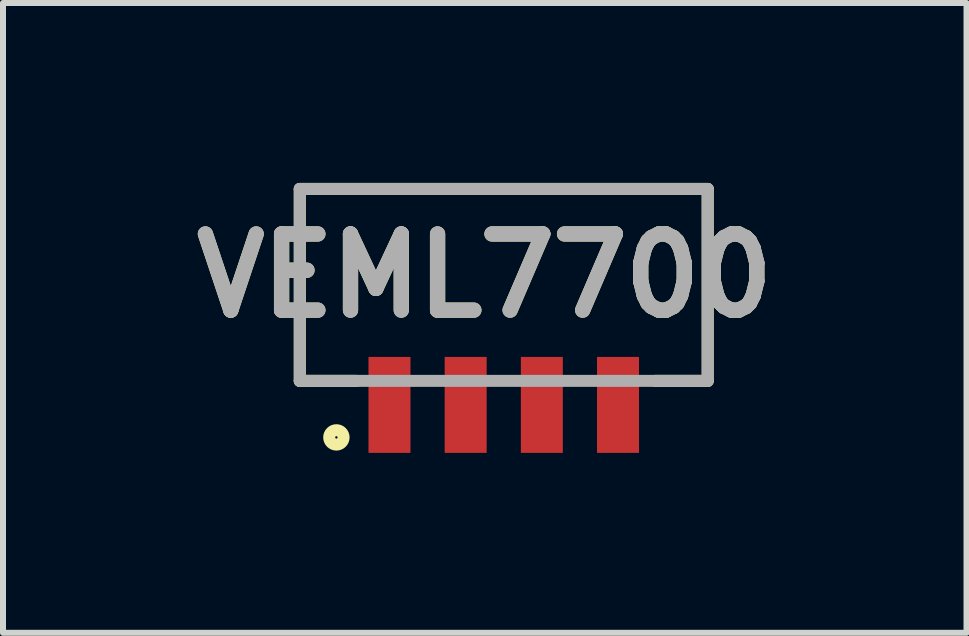
<source format=kicad_pcb>
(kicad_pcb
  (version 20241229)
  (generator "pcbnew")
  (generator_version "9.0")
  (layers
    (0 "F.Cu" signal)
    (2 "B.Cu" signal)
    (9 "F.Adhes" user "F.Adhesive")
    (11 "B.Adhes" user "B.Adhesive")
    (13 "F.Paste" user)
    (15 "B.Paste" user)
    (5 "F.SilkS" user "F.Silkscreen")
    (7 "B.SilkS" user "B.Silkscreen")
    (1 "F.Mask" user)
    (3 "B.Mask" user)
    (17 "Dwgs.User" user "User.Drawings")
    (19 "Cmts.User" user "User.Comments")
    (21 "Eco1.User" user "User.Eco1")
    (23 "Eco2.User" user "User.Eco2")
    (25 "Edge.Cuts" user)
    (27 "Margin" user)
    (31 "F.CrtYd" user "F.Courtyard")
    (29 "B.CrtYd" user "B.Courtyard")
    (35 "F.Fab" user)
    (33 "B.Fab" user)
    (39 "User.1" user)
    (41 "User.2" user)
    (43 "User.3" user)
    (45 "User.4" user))
  (footprint "VEML7700"
    (layer "F.Cu")
    (at 1.948 3.3)
    (property "Reference" "VEML7700" (at 3.083 -1.754 0) (layer "F.SilkS") (effects (font (size 1.27 1.27) (thickness 0.254))))
    (attr smd)
    (fp_line (start 0 -3.2) (end 0 0) (stroke (width 0.2) (type solid)) (layer "F.SilkS"))
    (fp_line (start 0 -3.2) (end 6.8 -3.2) (stroke (width 0.2) (type solid)) (layer "F.SilkS"))
    (fp_line (start 0 0) (end 0.944 0) (stroke (width 0.2) (type solid)) (layer "F.SilkS"))
    (fp_line (start 6.8 -3.2) (end 6.8 0) (stroke (width 0.2) (type solid)) (layer "F.SilkS"))
    (fp_line (start 6.8 0) (end 5.92 0) (stroke (width 0.2) (type solid)) (layer "F.SilkS"))
    (fp_circle (center 0.61 0.942) (end 0.61 1.062) (stroke (width 0.2) (type solid)) (fill no) (layer "F.SilkS"))
    (fp_line (start 0 -3.2) (end 6.8 -3.2) (stroke (width 0.2) (type solid)) (layer "F.Fab"))
    (fp_line (start 0 0) (end 0 -3.2) (stroke (width 0.2) (type solid)) (layer "F.Fab"))
    (fp_line (start 6.8 -3.2) (end 6.8 0) (stroke (width 0.2) (type solid)) (layer "F.Fab"))
    (fp_line (start 6.8 0) (end 0 0) (stroke (width 0.2) (type solid)) (layer "F.Fab"))
    (fp_text user "${REFERENCE}" (at 3.083 -1.754 0) (layer "F.Fab") (effects (font (size 1.27 1.27) (thickness 0.254))))
    (pad "1" smd rect (at 1.495 0.4) (size 0.7 1.6) (layers "F.Cu" "F.Mask" "F.Paste"))
    (pad "2" smd rect (at 2.765 0.4) (size 0.7 1.6) (layers "F.Cu" "F.Mask" "F.Paste"))
    (pad "3" smd rect (at 4.035 0.4) (size 0.7 1.6) (layers "F.Cu" "F.Mask" "F.Paste"))
    (pad "4" smd rect (at 5.305 0.4) (size 0.7 1.6) (layers "F.Cu" "F.Mask" "F.Paste")))
  (gr_rect
    (start -3 -3)
    (end 13.063 7.5)
    (stroke (width 0.1) (type default))
    (fill no)
    (layer "Edge.Cuts")))
</source>
